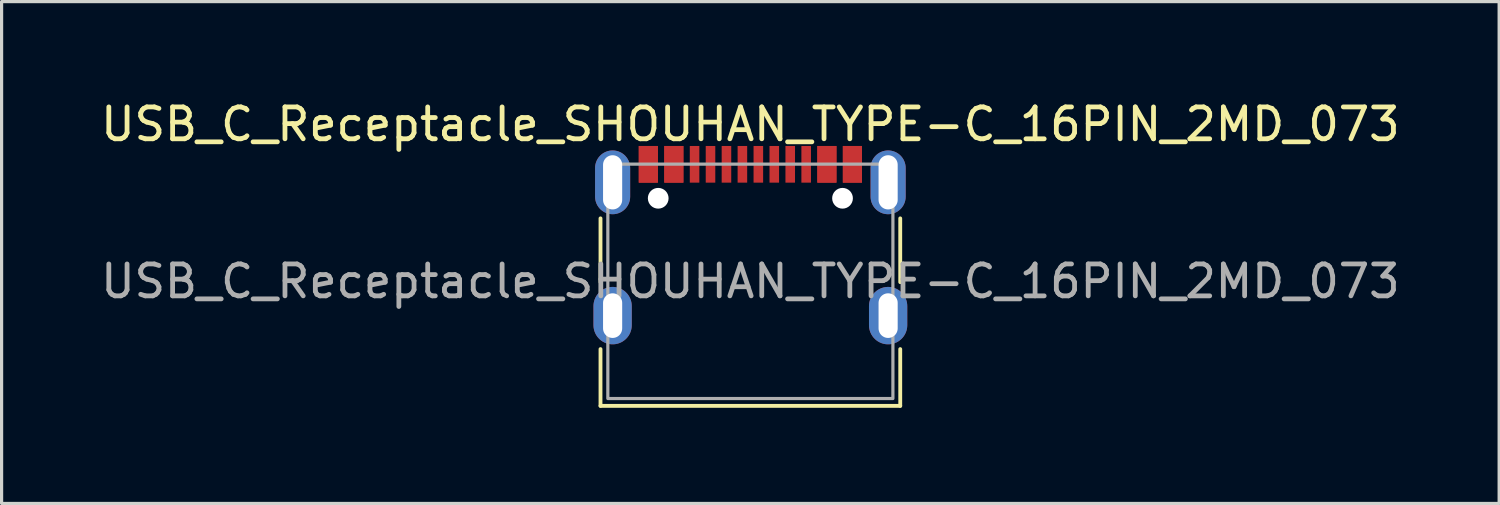
<source format=kicad_pcb>
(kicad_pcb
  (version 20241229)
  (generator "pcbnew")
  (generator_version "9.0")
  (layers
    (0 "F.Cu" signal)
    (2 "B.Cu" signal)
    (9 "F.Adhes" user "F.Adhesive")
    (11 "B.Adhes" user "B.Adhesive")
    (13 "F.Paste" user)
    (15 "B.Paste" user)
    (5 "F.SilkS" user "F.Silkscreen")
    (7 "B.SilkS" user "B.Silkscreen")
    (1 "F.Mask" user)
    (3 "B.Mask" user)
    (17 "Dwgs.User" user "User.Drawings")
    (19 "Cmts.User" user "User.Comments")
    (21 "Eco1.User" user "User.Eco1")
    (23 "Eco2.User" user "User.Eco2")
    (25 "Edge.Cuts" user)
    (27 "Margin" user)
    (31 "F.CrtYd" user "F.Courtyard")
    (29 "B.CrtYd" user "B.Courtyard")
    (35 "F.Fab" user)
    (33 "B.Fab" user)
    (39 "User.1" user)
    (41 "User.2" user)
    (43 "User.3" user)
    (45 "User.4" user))
  (footprint "USB_C_Receptacle_SHOUHAN_TYPE-C_16PIN_2MD_073"
    (layer "F.Cu")
    (at 20.482 6.848)
    (property "Reference" "USB_C_Receptacle_SHOUHAN_TYPE-C_16PIN_2MD_073" (at 0 -6 0) (layer "F.SilkS") (effects (font (size 1 1) (thickness 0.15))))
    (fp_line (start -4.7 -3.05) (end -4.7 -1.05) (stroke (width 0.12) (type solid)) (layer "F.SilkS"))
    (fp_line (start -4.7 1.05) (end -4.7 2.83) (stroke (width 0.12) (type solid)) (layer "F.SilkS"))
    (fp_line (start -4.7 2.83) (end 4.7 2.83) (stroke (width 0.12) (type solid)) (layer "F.SilkS"))
    (fp_line (start 4.7 -3.05) (end 4.7 -1.05) (stroke (width 0.12) (type solid)) (layer "F.SilkS"))
    (fp_line (start 4.7 1.05) (end 4.7 2.83) (stroke (width 0.12) (type solid)) (layer "F.SilkS"))
    (fp_rect (start -4.47 -4.75) (end 4.47 2.6) (stroke (width 0.1) (type default)) (fill no) (layer "F.Fab"))
    (fp_poly (pts (xy -4.39 -4.949) (xy -4.408 -4.991) (xy -4.45 -5.009) (xy -4.492 -4.991) (xy -4.51 -4.949) (xy -4.492 -4.907) (xy -4.45 -4.889) (xy -4.408 -4.907)) (stroke (width 0.1) (type default)) (fill no) (layer "User.3"))
    (fp_text user "${REFERENCE}" (at 0 -1.075 0) (layer "F.Fab") (effects (font (size 1 1) (thickness 0.15))))
    (pad "" np_thru_hole circle (at -2.89 -3.68) (size 0.65 0.65) (drill 0.65) (layers "*.Cu" "*.Mask"))
    (pad "" np_thru_hole circle (at 2.89 -3.68) (size 0.65 0.65) (drill 0.65) (layers "*.Cu" "*.Mask"))
    (pad "A1" smd rect (at -3.2 -4.745) (size 0.6 1.15) (layers "F.Cu" "F.Mask" "F.Paste"))
    (pad "A4" smd rect (at -2.4 -4.745) (size 0.6 1.15) (layers "F.Cu" "F.Mask" "F.Paste"))
    (pad "A5" smd rect (at -1.25 -4.745) (size 0.3 1.15) (layers "F.Cu" "F.Mask" "F.Paste"))
    (pad "A6" smd rect (at -0.25 -4.745) (size 0.3 1.15) (layers "F.Cu" "F.Mask" "F.Paste"))
    (pad "A7" smd rect (at 0.25 -4.745) (size 0.3 1.15) (layers "F.Cu" "F.Mask" "F.Paste"))
    (pad "A8" smd rect (at 1.25 -4.745) (size 0.3 1.15) (layers "F.Cu" "F.Mask" "F.Paste"))
    (pad "A9" smd rect (at 2.4 -4.745) (size 0.6 1.15) (layers "F.Cu" "F.Mask" "F.Paste"))
    (pad "A12" smd rect (at 3.2 -4.745) (size 0.6 1.15) (layers "F.Cu" "F.Mask" "F.Paste"))
    (pad "B1" smd rect (at 3.2 -4.745) (size 0.6 1.15) (layers "F.Cu" "F.Mask" "F.Paste"))
    (pad "B4" smd rect (at 2.4 -4.745) (size 0.6 1.15) (layers "F.Cu" "F.Mask" "F.Paste"))
    (pad "B5" smd rect (at 1.75 -4.745) (size 0.3 1.15) (layers "F.Cu" "F.Mask" "F.Paste"))
    (pad "B6" smd rect (at 0.75 -4.745) (size 0.3 1.15) (layers "F.Cu" "F.Mask" "F.Paste"))
    (pad "B7" smd rect (at -0.75 -4.745) (size 0.3 1.15) (layers "F.Cu" "F.Mask" "F.Paste"))
    (pad "B8" smd rect (at -1.75 -4.745) (size 0.3 1.15) (layers "F.Cu" "F.Mask" "F.Paste"))
    (pad "B9" smd rect (at -2.4 -4.745) (size 0.6 1.15) (layers "F.Cu" "F.Mask" "F.Paste"))
    (pad "B12" smd rect (at -3.2 -4.745) (size 0.6 1.15) (layers "F.Cu" "F.Mask" "F.Paste"))
    (pad "S1" thru_hole oval (at -4.32 -4.18) (size 1.1 2) (drill oval 0.6 1.7) (layers "*.Cu" "*.Mask"))
    (pad "S1" thru_hole oval (at -4.32 0) (size 1.2 1.8) (drill oval 0.6 1.4) (layers "*.Cu" "*.Mask"))
    (pad "S1" thru_hole oval (at 4.32 -4.18) (size 1.1 2) (drill oval 0.6 1.7) (layers "*.Cu" "*.Mask"))
    (pad "S1" thru_hole oval (at 4.32 0) (size 1.2 1.8) (drill oval 0.6 1.4) (layers "*.Cu" "*.Mask")))
  (gr_rect
    (start -3 -3)
    (end 43.964 12.738)
    (stroke (width 0.1) (type default))
    (fill no)
    (layer "Edge.Cuts")))
</source>
